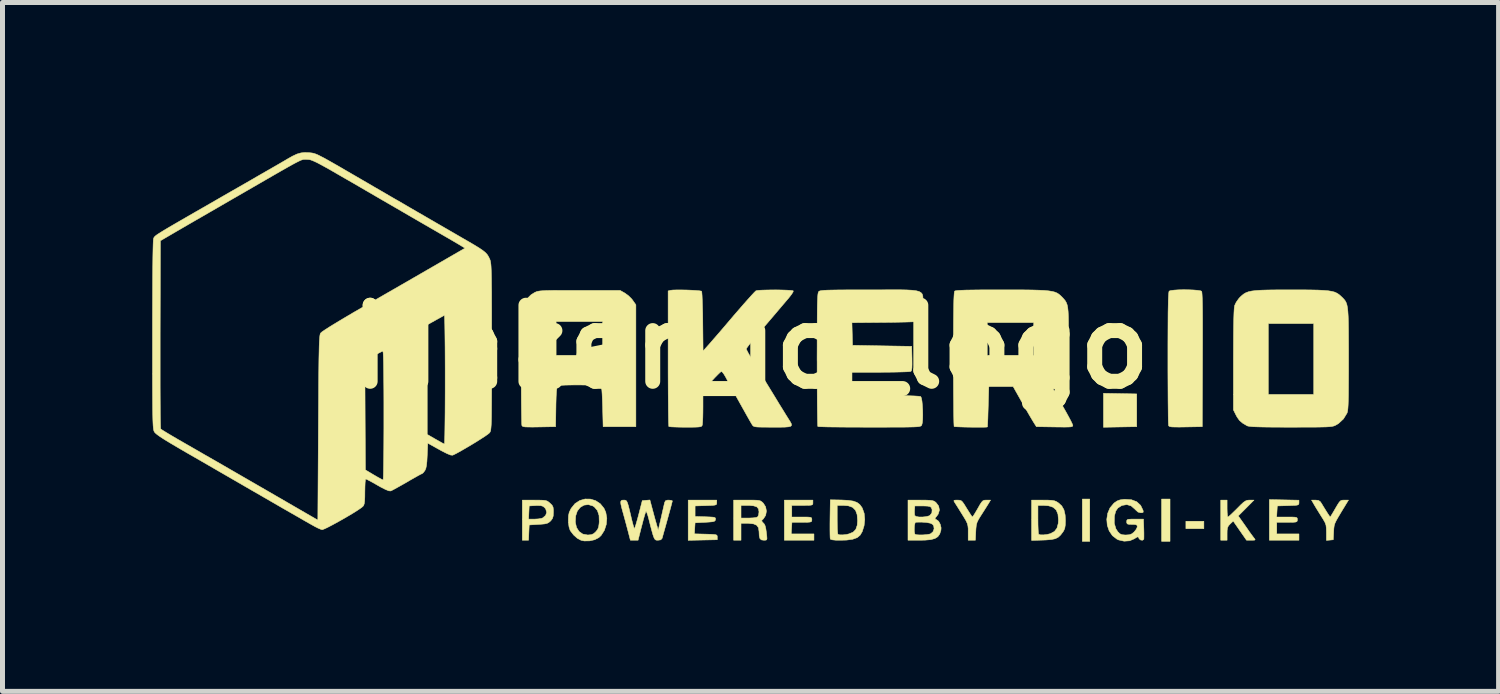
<source format=kicad_pcb>
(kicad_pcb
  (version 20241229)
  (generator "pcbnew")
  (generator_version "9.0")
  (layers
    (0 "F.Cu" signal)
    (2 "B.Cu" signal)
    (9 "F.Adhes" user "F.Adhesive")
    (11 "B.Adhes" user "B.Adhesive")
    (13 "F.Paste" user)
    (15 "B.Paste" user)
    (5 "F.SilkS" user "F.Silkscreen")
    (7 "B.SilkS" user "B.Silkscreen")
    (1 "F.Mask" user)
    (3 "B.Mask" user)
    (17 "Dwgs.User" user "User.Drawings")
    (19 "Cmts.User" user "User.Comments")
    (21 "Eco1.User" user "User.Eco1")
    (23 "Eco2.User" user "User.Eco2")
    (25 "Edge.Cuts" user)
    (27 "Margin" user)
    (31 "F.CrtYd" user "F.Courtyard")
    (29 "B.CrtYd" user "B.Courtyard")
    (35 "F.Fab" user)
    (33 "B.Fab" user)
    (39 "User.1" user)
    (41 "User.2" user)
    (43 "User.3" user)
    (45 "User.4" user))
  (footprint "Maker_io_logo"
    (layer "F.Cu")
    (at 11.985 3.899)
    (property "Reference" "Maker_io_logo" (at 0 0 0) (layer "F.SilkS") (effects (font (size 1.524 1.524) (thickness 0.3))))
    (attr through_hole)
    (fp_poly (pts (xy 6.795 3.895) (xy 6.646 3.895) (xy 6.646 3.048) (xy 6.795 3.048) (xy 6.795 3.895)) (stroke (width 0.01) (type solid)) (fill yes) (layer "F.SilkS"))
    (fp_poly (pts (xy 8.403 3.895) (xy 8.234 3.895) (xy 8.234 3.048) (xy 8.403 3.048) (xy 8.403 3.895)) (stroke (width 0.01) (type solid)) (fill yes) (layer "F.SilkS"))
    (fp_poly (pts (xy 9.081 3.641) (xy 8.721 3.641) (xy 8.721 3.493) (xy 9.081 3.493) (xy 9.081 3.641)) (stroke (width 0.01) (type solid)) (fill yes) (layer "F.SilkS"))
    (fp_poly (pts (xy 7.403 0.936) (xy 7.736 0.942) (xy 7.736 1.598) (xy 7.07 1.61) (xy 7.07 0.93) (xy 7.403 0.936)) (stroke (width 0.01) (type solid)) (fill yes) (layer "F.SilkS"))
    (fp_poly (pts (xy 1.249 3.122) (xy 1.248 3.146) (xy 1.239 3.161) (xy 1.214 3.17) (xy 1.166 3.174) (xy 1.088 3.175) (xy 1.037 3.175) (xy 0.826 3.175) (xy 0.826 3.408) (xy 1.027 3.408) (xy 1.12 3.408) (xy 1.178 3.411) (xy 1.211 3.417) (xy 1.224 3.43) (xy 1.228 3.452) (xy 1.228 3.461) (xy 1.226 3.485) (xy 1.217 3.501) (xy 1.191 3.509) (xy 1.141 3.513) (xy 1.059 3.514) (xy 1.029 3.514) (xy 0.829 3.514) (xy 0.822 3.63) (xy 0.815 3.747) (xy 1.042 3.747) (xy 1.27 3.747) (xy 1.27 3.873) (xy 0.677 3.873) (xy 0.677 3.069) (xy 1.249 3.069) (xy 1.249 3.122)) (stroke (width 0.01) (type solid)) (fill yes) (layer "F.SilkS"))
    (fp_poly (pts (xy 10.689 3.065) (xy 10.986 3.071) (xy 10.986 3.122) (xy 10.984 3.145) (xy 10.974 3.16) (xy 10.948 3.17) (xy 10.899 3.175) (xy 10.818 3.178) (xy 10.769 3.18) (xy 10.552 3.186) (xy 10.539 3.408) (xy 10.746 3.408) (xy 10.841 3.408) (xy 10.902 3.411) (xy 10.935 3.417) (xy 10.95 3.429) (xy 10.954 3.449) (xy 10.954 3.461) (xy 10.952 3.485) (xy 10.943 3.5) (xy 10.918 3.509) (xy 10.87 3.513) (xy 10.79 3.514) (xy 10.747 3.514) (xy 10.541 3.514) (xy 10.541 3.747) (xy 10.986 3.747) (xy 10.986 3.873) (xy 10.393 3.873) (xy 10.393 3.466) (xy 10.393 3.059) (xy 10.689 3.065)) (stroke (width 0.01) (type solid)) (fill yes) (layer "F.SilkS"))
    (fp_poly (pts (xy -0.677 3.121) (xy -0.679 3.145) (xy -0.688 3.16) (xy -0.714 3.169) (xy -0.762 3.175) (xy -0.841 3.178) (xy -0.894 3.18) (xy -1.111 3.186) (xy -1.111 3.397) (xy -0.904 3.403) (xy -0.809 3.407) (xy -0.748 3.411) (xy -0.716 3.418) (xy -0.702 3.431) (xy -0.702 3.45) (xy -0.702 3.456) (xy -0.708 3.478) (xy -0.725 3.493) (xy -0.759 3.502) (xy -0.819 3.508) (xy -0.91 3.514) (xy -1.111 3.524) (xy -1.118 3.635) (xy -1.124 3.745) (xy -0.895 3.751) (xy -0.795 3.754) (xy -0.729 3.758) (xy -0.691 3.764) (xy -0.673 3.775) (xy -0.667 3.793) (xy -0.667 3.81) (xy -0.667 3.863) (xy -0.958 3.869) (xy -1.249 3.875) (xy -1.249 3.069) (xy -0.677 3.069) (xy -0.677 3.121)) (stroke (width 0.01) (type solid)) (fill yes) (layer "F.SilkS"))
    (fp_poly (pts (xy 9.546 3.239) (xy 9.548 3.317) (xy 9.553 3.376) (xy 9.56 3.406) (xy 9.563 3.408) (xy 9.583 3.394) (xy 9.627 3.355) (xy 9.686 3.298) (xy 9.746 3.239) (xy 9.82 3.164) (xy 9.873 3.115) (xy 9.914 3.087) (xy 9.949 3.073) (xy 9.986 3.069) (xy 9.999 3.069) (xy 10.085 3.069) (xy 9.928 3.228) (xy 9.77 3.386) (xy 9.842 3.487) (xy 9.897 3.565) (xy 9.958 3.652) (xy 9.986 3.694) (xy 10.032 3.757) (xy 10.072 3.811) (xy 10.092 3.836) (xy 10.108 3.859) (xy 10.1 3.87) (xy 10.06 3.873) (xy 10.03 3.873) (xy 9.936 3.873) (xy 9.669 3.489) (xy 9.608 3.547) (xy 9.573 3.585) (xy 9.555 3.624) (xy 9.547 3.678) (xy 9.546 3.74) (xy 9.546 3.873) (xy 9.419 3.873) (xy 9.419 3.069) (xy 9.546 3.069) (xy 9.546 3.239)) (stroke (width 0.01) (type solid)) (fill yes) (layer "F.SilkS"))
    (fp_poly (pts (xy -4.224 3.07) (xy -4.152 3.072) (xy -4.104 3.078) (xy -4.07 3.09) (xy -4.041 3.11) (xy -4.017 3.131) (xy -3.976 3.171) (xy -3.956 3.21) (xy -3.949 3.264) (xy -3.949 3.312) (xy -3.953 3.387) (xy -3.968 3.437) (xy -3.998 3.478) (xy -4.007 3.488) (xy -4.04 3.516) (xy -4.076 3.535) (xy -4.126 3.546) (xy -4.202 3.553) (xy -4.25 3.556) (xy -4.434 3.567) (xy -4.441 3.72) (xy -4.447 3.873) (xy -4.572 3.873) (xy -4.572 3.45) (xy -4.447 3.45) (xy -4.328 3.45) (xy -4.253 3.446) (xy -4.189 3.435) (xy -4.163 3.426) (xy -4.105 3.376) (xy -4.084 3.315) (xy -4.102 3.25) (xy -4.128 3.216) (xy -4.161 3.192) (xy -4.203 3.18) (xy -4.269 3.178) (xy -4.303 3.179) (xy -4.434 3.186) (xy -4.447 3.45) (xy -4.572 3.45) (xy -4.572 3.069) (xy -4.329 3.069) (xy -4.224 3.07)) (stroke (width 0.01) (type solid)) (fill yes) (layer "F.SilkS"))
    (fp_poly (pts (xy 11.377 3.075) (xy 11.414 3.101) (xy 11.439 3.138) (xy 11.475 3.198) (xy 11.516 3.264) (xy 11.556 3.328) (xy 11.589 3.378) (xy 11.609 3.405) (xy 11.612 3.408) (xy 11.624 3.391) (xy 11.652 3.345) (xy 11.691 3.279) (xy 11.714 3.239) (xy 11.761 3.159) (xy 11.794 3.109) (xy 11.821 3.082) (xy 11.85 3.071) (xy 11.888 3.069) (xy 11.895 3.069) (xy 11.978 3.069) (xy 11.833 3.307) (xy 11.774 3.406) (xy 11.733 3.478) (xy 11.707 3.533) (xy 11.692 3.582) (xy 11.685 3.635) (xy 11.681 3.7) (xy 11.681 3.704) (xy 11.673 3.863) (xy 11.605 3.87) (xy 11.536 3.876) (xy 11.536 3.715) (xy 11.534 3.63) (xy 11.527 3.57) (xy 11.508 3.518) (xy 11.473 3.456) (xy 11.445 3.412) (xy 11.392 3.327) (xy 11.338 3.24) (xy 11.296 3.17) (xy 11.296 3.17) (xy 11.238 3.069) (xy 11.319 3.069) (xy 11.377 3.075)) (stroke (width 0.01) (type solid)) (fill yes) (layer "F.SilkS"))
    (fp_poly (pts (xy 5.962 3.07) (xy 6.034 3.074) (xy 6.084 3.082) (xy 6.123 3.097) (xy 6.161 3.12) (xy 6.162 3.121) (xy 6.233 3.184) (xy 6.278 3.263) (xy 6.302 3.367) (xy 6.308 3.477) (xy 6.305 3.568) (xy 6.295 3.631) (xy 6.275 3.68) (xy 6.26 3.704) (xy 6.211 3.769) (xy 6.162 3.814) (xy 6.103 3.843) (xy 6.024 3.859) (xy 5.917 3.868) (xy 5.862 3.87) (xy 5.63 3.877) (xy 5.63 3.175) (xy 5.757 3.175) (xy 5.757 3.457) (xy 5.758 3.563) (xy 5.761 3.652) (xy 5.765 3.718) (xy 5.77 3.751) (xy 5.771 3.754) (xy 5.806 3.765) (xy 5.866 3.766) (xy 5.937 3.758) (xy 6.004 3.742) (xy 6.009 3.74) (xy 6.088 3.697) (xy 6.139 3.63) (xy 6.164 3.535) (xy 6.168 3.467) (xy 6.158 3.351) (xy 6.123 3.267) (xy 6.06 3.212) (xy 5.966 3.182) (xy 5.86 3.175) (xy 5.757 3.175) (xy 5.63 3.175) (xy 5.63 3.069) (xy 5.858 3.069) (xy 5.962 3.07)) (stroke (width 0.01) (type solid)) (fill yes) (layer "F.SilkS"))
    (fp_poly (pts (xy 8.775 -1.144) (xy 8.873 -1.14) (xy 8.956 -1.133) (xy 9.014 -1.124) (xy 9.036 -1.114) (xy 9.041 -1.094) (xy 9.045 -1.048) (xy 9.049 -0.972) (xy 9.052 -0.866) (xy 9.054 -0.727) (xy 9.055 -0.553) (xy 9.055 -0.343) (xy 9.055 -0.095) (xy 9.054 0.193) (xy 9.054 0.256) (xy 9.049 1.598) (xy 8.718 1.604) (xy 8.591 1.606) (xy 8.5 1.605) (xy 8.439 1.603) (xy 8.402 1.597) (xy 8.382 1.587) (xy 8.374 1.576) (xy 8.372 1.549) (xy 8.369 1.484) (xy 8.367 1.384) (xy 8.366 1.252) (xy 8.364 1.093) (xy 8.363 0.911) (xy 8.362 0.708) (xy 8.361 0.489) (xy 8.361 0.258) (xy 8.361 0.225) (xy 8.361 -0.061) (xy 8.362 -0.307) (xy 8.363 -0.516) (xy 8.364 -0.689) (xy 8.367 -0.829) (xy 8.369 -0.939) (xy 8.373 -1.02) (xy 8.377 -1.076) (xy 8.382 -1.108) (xy 8.386 -1.118) (xy 8.419 -1.129) (xy 8.483 -1.137) (xy 8.57 -1.143) (xy 8.671 -1.145) (xy 8.775 -1.144)) (stroke (width 0.01) (type solid)) (fill yes) (layer "F.SilkS"))
    (fp_poly (pts (xy 4.76 3.149) (xy 4.725 3.205) (xy 4.676 3.282) (xy 4.624 3.364) (xy 4.616 3.376) (xy 4.568 3.453) (xy 4.539 3.512) (xy 4.523 3.569) (xy 4.515 3.642) (xy 4.512 3.699) (xy 4.504 3.873) (xy 4.36 3.873) (xy 4.36 3.711) (xy 4.36 3.638) (xy 4.354 3.583) (xy 4.341 3.535) (xy 4.316 3.481) (xy 4.274 3.41) (xy 4.241 3.357) (xy 4.188 3.272) (xy 4.141 3.196) (xy 4.105 3.14) (xy 4.09 3.117) (xy 4.073 3.086) (xy 4.079 3.073) (xy 4.117 3.069) (xy 4.145 3.069) (xy 4.185 3.071) (xy 4.216 3.079) (xy 4.244 3.103) (xy 4.276 3.147) (xy 4.321 3.22) (xy 4.332 3.238) (xy 4.378 3.311) (xy 4.415 3.369) (xy 4.439 3.402) (xy 4.445 3.407) (xy 4.459 3.39) (xy 4.489 3.344) (xy 4.528 3.278) (xy 4.551 3.239) (xy 4.596 3.159) (xy 4.629 3.109) (xy 4.656 3.082) (xy 4.684 3.071) (xy 4.722 3.069) (xy 4.727 3.069) (xy 4.808 3.069) (xy 4.76 3.149)) (stroke (width 0.01) (type solid)) (fill yes) (layer "F.SilkS"))
    (fp_poly (pts (xy 1.82 3.067) (xy 1.956 3.074) (xy 2.057 3.089) (xy 2.132 3.116) (xy 2.188 3.158) (xy 2.232 3.218) (xy 2.238 3.228) (xy 2.276 3.334) (xy 2.288 3.457) (xy 2.274 3.584) (xy 2.237 3.701) (xy 2.194 3.773) (xy 2.136 3.821) (xy 2.047 3.853) (xy 1.925 3.87) (xy 1.81 3.873) (xy 1.705 3.872) (xy 1.638 3.865) (xy 1.603 3.854) (xy 1.597 3.846) (xy 1.594 3.817) (xy 1.592 3.753) (xy 1.591 3.661) (xy 1.591 3.549) (xy 1.592 3.441) (xy 1.596 3.175) (xy 1.736 3.175) (xy 1.736 3.457) (xy 1.737 3.563) (xy 1.739 3.652) (xy 1.744 3.718) (xy 1.749 3.751) (xy 1.75 3.754) (xy 1.785 3.765) (xy 1.846 3.766) (xy 1.92 3.758) (xy 1.97 3.746) (xy 2.055 3.711) (xy 2.109 3.655) (xy 2.137 3.573) (xy 2.144 3.484) (xy 2.135 3.361) (xy 2.103 3.273) (xy 2.045 3.214) (xy 1.957 3.183) (xy 1.853 3.175) (xy 1.736 3.175) (xy 1.596 3.175) (xy 1.598 3.063) (xy 1.82 3.067)) (stroke (width 0.01) (type solid)) (fill yes) (layer "F.SilkS"))
    (fp_poly (pts (xy -3.206 3.049) (xy -3.102 3.081) (xy -3.009 3.143) (xy -2.936 3.233) (xy -2.9 3.313) (xy -2.879 3.432) (xy -2.89 3.556) (xy -2.928 3.674) (xy -2.991 3.774) (xy -3.04 3.821) (xy -3.123 3.863) (xy -3.227 3.886) (xy -3.333 3.887) (xy -3.395 3.874) (xy -3.47 3.834) (xy -3.544 3.768) (xy -3.605 3.689) (xy -3.615 3.672) (xy -3.636 3.608) (xy -3.648 3.519) (xy -3.648 3.512) (xy -3.51 3.512) (xy -3.486 3.618) (xy -3.435 3.698) (xy -3.36 3.75) (xy -3.261 3.768) (xy -3.261 3.768) (xy -3.191 3.762) (xy -3.142 3.741) (xy -3.101 3.704) (xy -3.065 3.66) (xy -3.044 3.611) (xy -3.034 3.542) (xy -3.031 3.505) (xy -3.035 3.376) (xy -3.068 3.277) (xy -3.129 3.206) (xy -3.162 3.185) (xy -3.25 3.159) (xy -3.336 3.17) (xy -3.411 3.214) (xy -3.47 3.288) (xy -3.503 3.386) (xy -3.503 3.386) (xy -3.51 3.512) (xy -3.648 3.512) (xy -3.65 3.471) (xy -3.647 3.383) (xy -3.633 3.317) (xy -3.603 3.252) (xy -3.592 3.233) (xy -3.515 3.138) (xy -3.42 3.077) (xy -3.315 3.047) (xy -3.206 3.049)) (stroke (width 0.01) (type solid)) (fill yes) (layer "F.SilkS"))
    (fp_poly (pts (xy 0.038 3.069) (xy 0.114 3.071) (xy 0.165 3.076) (xy 0.2 3.086) (xy 0.226 3.103) (xy 0.252 3.127) (xy 0.256 3.131) (xy 0.302 3.204) (xy 0.318 3.289) (xy 0.303 3.374) (xy 0.258 3.444) (xy 0.239 3.461) (xy 0.222 3.482) (xy 0.237 3.508) (xy 0.252 3.523) (xy 0.276 3.549) (xy 0.293 3.586) (xy 0.306 3.64) (xy 0.318 3.723) (xy 0.325 3.784) (xy 0.329 3.84) (xy 0.321 3.866) (xy 0.293 3.873) (xy 0.265 3.873) (xy 0.217 3.866) (xy 0.188 3.839) (xy 0.174 3.785) (xy 0.17 3.699) (xy 0.159 3.623) (xy 0.124 3.573) (xy 0.059 3.545) (xy -0.04 3.535) (xy -0.053 3.535) (xy -0.191 3.535) (xy -0.191 3.873) (xy -0.339 3.873) (xy -0.339 3.175) (xy -0.191 3.175) (xy -0.191 3.429) (xy -0.036 3.429) (xy 0.052 3.425) (xy 0.116 3.416) (xy 0.144 3.404) (xy 0.161 3.367) (xy 0.169 3.309) (xy 0.169 3.301) (xy 0.159 3.244) (xy 0.126 3.205) (xy 0.063 3.184) (xy -0.034 3.175) (xy -0.064 3.175) (xy -0.191 3.175) (xy -0.339 3.175) (xy -0.339 3.069) (xy -0.072 3.069) (xy 0.038 3.069)) (stroke (width 0.01) (type solid)) (fill yes) (layer "F.SilkS"))
    (fp_poly (pts (xy 3.516 3.07) (xy 3.591 3.073) (xy 3.641 3.079) (xy 3.676 3.09) (xy 3.703 3.108) (xy 3.714 3.117) (xy 3.768 3.188) (xy 3.784 3.268) (xy 3.76 3.348) (xy 3.737 3.381) (xy 3.704 3.423) (xy 3.696 3.445) (xy 3.713 3.457) (xy 3.723 3.46) (xy 3.767 3.493) (xy 3.8 3.553) (xy 3.817 3.623) (xy 3.814 3.672) (xy 3.79 3.747) (xy 3.752 3.801) (xy 3.694 3.838) (xy 3.61 3.861) (xy 3.496 3.871) (xy 3.388 3.873) (xy 3.154 3.873) (xy 3.154 3.64) (xy 3.28 3.64) (xy 3.281 3.699) (xy 3.289 3.742) (xy 3.295 3.754) (xy 3.326 3.763) (xy 3.386 3.767) (xy 3.458 3.766) (xy 3.531 3.76) (xy 3.589 3.75) (xy 3.607 3.744) (xy 3.655 3.703) (xy 3.677 3.644) (xy 3.669 3.585) (xy 3.648 3.555) (xy 3.603 3.532) (xy 3.524 3.517) (xy 3.423 3.51) (xy 3.308 3.512) (xy 3.307 3.512) (xy 3.294 3.532) (xy 3.284 3.579) (xy 3.28 3.64) (xy 3.154 3.64) (xy 3.154 3.328) (xy 3.283 3.328) (xy 3.288 3.373) (xy 3.289 3.378) (xy 3.317 3.397) (xy 3.372 3.407) (xy 3.442 3.408) (xy 3.513 3.401) (xy 3.572 3.386) (xy 3.594 3.375) (xy 3.632 3.325) (xy 3.637 3.261) (xy 3.62 3.217) (xy 3.595 3.199) (xy 3.544 3.189) (xy 3.46 3.186) (xy 3.446 3.186) (xy 3.291 3.186) (xy 3.285 3.267) (xy 3.283 3.328) (xy 3.154 3.328) (xy 3.154 3.069) (xy 3.407 3.069) (xy 3.516 3.07)) (stroke (width 0.01) (type solid)) (fill yes) (layer "F.SilkS"))
    (fp_poly (pts (xy 7.63 3.062) (xy 7.736 3.102) (xy 7.814 3.174) (xy 7.863 3.275) (xy 7.863 3.276) (xy 7.867 3.31) (xy 7.845 3.322) (xy 7.817 3.323) (xy 7.762 3.309) (xy 7.708 3.26) (xy 7.699 3.25) (xy 7.624 3.185) (xy 7.538 3.159) (xy 7.446 3.175) (xy 7.426 3.184) (xy 7.358 3.228) (xy 7.316 3.289) (xy 7.292 3.377) (xy 7.289 3.396) (xy 7.286 3.532) (xy 7.319 3.644) (xy 7.358 3.704) (xy 7.398 3.743) (xy 7.44 3.762) (xy 7.504 3.768) (xy 7.518 3.768) (xy 7.59 3.763) (xy 7.639 3.744) (xy 7.685 3.706) (xy 7.725 3.656) (xy 7.746 3.61) (xy 7.747 3.6) (xy 7.742 3.574) (xy 7.719 3.561) (xy 7.669 3.556) (xy 7.641 3.556) (xy 7.578 3.554) (xy 7.547 3.546) (xy 7.536 3.524) (xy 7.535 3.503) (xy 7.537 3.477) (xy 7.548 3.461) (xy 7.578 3.453) (xy 7.634 3.45) (xy 7.703 3.45) (xy 7.871 3.45) (xy 7.878 3.641) (xy 7.88 3.728) (xy 7.88 3.8) (xy 7.879 3.844) (xy 7.878 3.853) (xy 7.853 3.873) (xy 7.816 3.869) (xy 7.785 3.845) (xy 7.779 3.832) (xy 7.769 3.809) (xy 7.752 3.806) (xy 7.717 3.825) (xy 7.69 3.843) (xy 7.594 3.884) (xy 7.484 3.892) (xy 7.374 3.867) (xy 7.341 3.852) (xy 7.249 3.781) (xy 7.184 3.685) (xy 7.146 3.573) (xy 7.136 3.454) (xy 7.154 3.335) (xy 7.201 3.225) (xy 7.277 3.134) (xy 7.287 3.125) (xy 7.344 3.086) (xy 7.401 3.065) (xy 7.479 3.054) (xy 7.499 3.053) (xy 7.63 3.062)) (stroke (width 0.01) (type solid)) (fill yes) (layer "F.SilkS"))
    (fp_poly (pts (xy -1.969 3.243) (xy -1.942 3.344) (xy -1.913 3.45) (xy -1.888 3.537) (xy -1.886 3.545) (xy -1.849 3.672) (xy -1.79 3.418) (xy -1.767 3.316) (xy -1.746 3.225) (xy -1.73 3.155) (xy -1.721 3.117) (xy -1.704 3.083) (xy -1.664 3.07) (xy -1.638 3.069) (xy -1.59 3.074) (xy -1.567 3.084) (xy -1.566 3.086) (xy -1.572 3.11) (xy -1.587 3.168) (xy -1.61 3.254) (xy -1.639 3.359) (xy -1.672 3.479) (xy -1.707 3.605) (xy -1.743 3.732) (xy -1.772 3.836) (xy -1.799 3.865) (xy -1.853 3.873) (xy -1.88 3.873) (xy -1.902 3.866) (xy -1.92 3.849) (xy -1.937 3.815) (xy -1.956 3.761) (xy -1.979 3.679) (xy -2.009 3.565) (xy -2.034 3.465) (xy -2.055 3.385) (xy -2.075 3.327) (xy -2.09 3.297) (xy -2.095 3.295) (xy -2.106 3.321) (xy -2.124 3.38) (xy -2.148 3.464) (xy -2.174 3.565) (xy -2.182 3.593) (xy -2.253 3.873) (xy -2.407 3.873) (xy -2.455 3.688) (xy -2.485 3.575) (xy -2.519 3.449) (xy -2.55 3.336) (xy -2.553 3.326) (xy -2.582 3.22) (xy -2.598 3.148) (xy -2.601 3.103) (xy -2.59 3.079) (xy -2.564 3.07) (xy -2.541 3.069) (xy -2.516 3.07) (xy -2.497 3.076) (xy -2.48 3.092) (xy -2.465 3.125) (xy -2.448 3.18) (xy -2.427 3.263) (xy -2.399 3.38) (xy -2.387 3.434) (xy -2.365 3.521) (xy -2.346 3.59) (xy -2.332 3.632) (xy -2.326 3.641) (xy -2.317 3.621) (xy -2.299 3.568) (xy -2.276 3.489) (xy -2.249 3.391) (xy -2.241 3.36) (xy -2.169 3.08) (xy -2.092 3.073) (xy -2.016 3.067) (xy -1.969 3.243)) (stroke (width 0.01) (type solid)) (fill yes) (layer "F.SilkS"))
    (fp_poly (pts (xy -2.52 -1.079) (xy -2.449 -1.028) (xy -2.382 -0.962) (xy -2.361 -0.935) (xy -2.297 -0.843) (xy -2.297 1.598) (xy -2.953 1.598) (xy -2.963 1.2) (xy -2.968 1.056) (xy -2.973 0.949) (xy -2.978 0.873) (xy -2.986 0.823) (xy -2.995 0.795) (xy -3.006 0.783) (xy -3.036 0.776) (xy -3.102 0.771) (xy -3.195 0.766) (xy -3.309 0.764) (xy -3.437 0.762) (xy -3.442 0.762) (xy -3.592 0.763) (xy -3.705 0.765) (xy -3.784 0.769) (xy -3.836 0.776) (xy -3.864 0.785) (xy -3.87 0.79) (xy -3.88 0.822) (xy -3.888 0.894) (xy -3.894 1) (xy -3.898 1.138) (xy -3.899 1.208) (xy -3.905 1.598) (xy -4.236 1.604) (xy -4.363 1.606) (xy -4.454 1.605) (xy -4.515 1.603) (xy -4.552 1.597) (xy -4.572 1.587) (xy -4.58 1.576) (xy -4.583 1.549) (xy -4.585 1.483) (xy -4.587 1.383) (xy -4.589 1.253) (xy -4.591 1.097) (xy -4.592 0.919) (xy -4.593 0.722) (xy -4.593 0.511) (xy -4.593 0.403) (xy -4.593 0.148) (xy -4.593 -0.068) (xy -4.592 -0.248) (xy -4.59 -0.397) (xy -4.588 -0.508) (xy -3.895 -0.508) (xy -3.895 0.169) (xy -2.963 0.169) (xy -2.963 -0.508) (xy -3.895 -0.508) (xy -4.588 -0.508) (xy -4.588 -0.517) (xy -4.585 -0.612) (xy -4.582 -0.686) (xy -4.577 -0.742) (xy -4.572 -0.783) (xy -4.565 -0.814) (xy -4.561 -0.828) (xy -4.497 -0.947) (xy -4.397 -1.044) (xy -4.329 -1.087) (xy -4.306 -1.098) (xy -4.282 -1.108) (xy -4.253 -1.115) (xy -4.214 -1.121) (xy -4.161 -1.125) (xy -4.089 -1.129) (xy -3.994 -1.131) (xy -3.872 -1.132) (xy -3.719 -1.132) (xy -3.53 -1.132) (xy -3.429 -1.132) (xy -2.614 -1.132) (xy -2.52 -1.079)) (stroke (width 0.01) (type solid)) (fill yes) (layer "F.SilkS"))
    (fp_poly (pts (xy 11.043 -1.143) (xy 11.221 -1.141) (xy 11.366 -1.138) (xy 11.482 -1.132) (xy 11.574 -1.124) (xy 11.646 -1.112) (xy 11.702 -1.097) (xy 11.747 -1.076) (xy 11.786 -1.051) (xy 11.823 -1.019) (xy 11.829 -1.013) (xy 11.863 -0.981) (xy 11.89 -0.952) (xy 11.913 -0.922) (xy 11.932 -0.886) (xy 11.947 -0.841) (xy 11.958 -0.783) (xy 11.966 -0.708) (xy 11.972 -0.613) (xy 11.976 -0.493) (xy 11.978 -0.346) (xy 11.979 -0.166) (xy 11.98 0.049) (xy 11.98 0.239) (xy 11.98 0.477) (xy 11.979 0.677) (xy 11.978 0.842) (xy 11.977 0.976) (xy 11.974 1.082) (xy 11.971 1.164) (xy 11.967 1.226) (xy 11.962 1.272) (xy 11.956 1.304) (xy 11.948 1.328) (xy 11.947 1.329) (xy 11.878 1.442) (xy 11.778 1.535) (xy 11.722 1.568) (xy 11.7 1.579) (xy 11.674 1.587) (xy 11.64 1.594) (xy 11.595 1.599) (xy 11.532 1.603) (xy 11.449 1.605) (xy 11.342 1.607) (xy 11.204 1.608) (xy 11.033 1.608) (xy 10.824 1.609) (xy 10.822 1.609) (xy 10.601 1.608) (xy 10.418 1.607) (xy 10.271 1.605) (xy 10.155 1.602) (xy 10.069 1.599) (xy 10.007 1.593) (xy 9.968 1.587) (xy 9.948 1.581) (xy 9.857 1.527) (xy 9.793 1.472) (xy 9.745 1.403) (xy 9.727 1.37) (xy 9.673 1.262) (xy 9.673 0.258) (xy 9.674 -0.008) (xy 9.675 -0.233) (xy 9.677 -0.42) (xy 9.678 -0.466) (xy 10.372 -0.466) (xy 10.372 0.953) (xy 11.282 0.953) (xy 11.282 -0.466) (xy 10.372 -0.466) (xy 9.678 -0.466) (xy 9.68 -0.57) (xy 9.684 -0.685) (xy 9.689 -0.767) (xy 9.695 -0.817) (xy 9.698 -0.83) (xy 9.728 -0.893) (xy 9.777 -0.963) (xy 9.806 -0.996) (xy 9.845 -1.032) (xy 9.883 -1.062) (xy 9.925 -1.086) (xy 9.977 -1.105) (xy 10.041 -1.119) (xy 10.124 -1.129) (xy 10.229 -1.136) (xy 10.36 -1.14) (xy 10.523 -1.142) (xy 10.721 -1.143) (xy 10.827 -1.143) (xy 11.043 -1.143)) (stroke (width 0.01) (type solid)) (fill yes) (layer "F.SilkS"))
    (fp_poly (pts (xy 5.268 -1.143) (xy 5.471 -1.142) (xy 5.638 -1.14) (xy 5.776 -1.136) (xy 5.886 -1.131) (xy 5.974 -1.122) (xy 6.043 -1.111) (xy 6.097 -1.097) (xy 6.14 -1.079) (xy 6.176 -1.056) (xy 6.208 -1.029) (xy 6.234 -1.004) (xy 6.271 -0.965) (xy 6.301 -0.929) (xy 6.324 -0.89) (xy 6.342 -0.843) (xy 6.354 -0.784) (xy 6.362 -0.707) (xy 6.367 -0.607) (xy 6.369 -0.48) (xy 6.368 -0.32) (xy 6.367 -0.124) (xy 6.361 0.525) (xy 6.294 0.617) (xy 6.237 0.68) (xy 6.17 0.735) (xy 6.142 0.751) (xy 6.09 0.782) (xy 6.058 0.811) (xy 6.055 0.82) (xy 6.065 0.846) (xy 6.093 0.902) (xy 6.136 0.982) (xy 6.191 1.08) (xy 6.254 1.189) (xy 6.255 1.19) (xy 6.318 1.301) (xy 6.373 1.401) (xy 6.417 1.484) (xy 6.445 1.543) (xy 6.456 1.572) (xy 6.453 1.586) (xy 6.441 1.595) (xy 6.413 1.602) (xy 6.364 1.605) (xy 6.288 1.606) (xy 6.179 1.605) (xy 6.091 1.604) (xy 5.726 1.598) (xy 5.666 1.503) (xy 5.635 1.451) (xy 5.588 1.372) (xy 5.531 1.273) (xy 5.469 1.164) (xy 5.433 1.101) (xy 5.26 0.794) (xy 4.773 0.794) (xy 4.761 1.196) (xy 4.757 1.322) (xy 4.754 1.432) (xy 4.75 1.52) (xy 4.747 1.579) (xy 4.746 1.603) (xy 4.745 1.603) (xy 4.723 1.607) (xy 4.667 1.609) (xy 4.586 1.609) (xy 4.49 1.609) (xy 4.387 1.608) (xy 4.286 1.606) (xy 4.196 1.603) (xy 4.126 1.6) (xy 4.085 1.597) (xy 4.078 1.595) (xy 4.076 1.571) (xy 4.073 1.51) (xy 4.071 1.413) (xy 4.069 1.284) (xy 4.068 1.128) (xy 4.066 0.948) (xy 4.065 0.746) (xy 4.064 0.528) (xy 4.064 0.297) (xy 4.064 0.244) (xy 4.064 -0.044) (xy 4.065 -0.292) (xy 4.066 -0.487) (xy 4.741 -0.487) (xy 4.741 0.169) (xy 5.673 0.169) (xy 5.673 -0.487) (xy 4.741 -0.487) (xy 4.066 -0.487) (xy 4.066 -0.503) (xy 4.068 -0.678) (xy 4.07 -0.82) (xy 4.072 -0.932) (xy 4.076 -1.015) (xy 4.08 -1.073) (xy 4.085 -1.106) (xy 4.089 -1.118) (xy 4.107 -1.124) (xy 4.149 -1.13) (xy 4.217 -1.134) (xy 4.314 -1.138) (xy 4.442 -1.14) (xy 4.605 -1.142) (xy 4.805 -1.143) (xy 5.027 -1.143) (xy 5.268 -1.143)) (stroke (width 0.01) (type solid)) (fill yes) (layer "F.SilkS"))
    (fp_poly (pts (xy 2.995 -1.144) (xy 3.129 -1.141) (xy 3.236 -1.135) (xy 3.316 -1.125) (xy 3.375 -1.11) (xy 3.414 -1.088) (xy 3.439 -1.059) (xy 3.451 -1.02) (xy 3.454 -0.972) (xy 3.452 -0.914) (xy 3.448 -0.843) (xy 3.447 -0.794) (xy 3.443 -0.692) (xy 3.437 -0.606) (xy 3.43 -0.544) (xy 3.422 -0.515) (xy 3.422 -0.515) (xy 3.397 -0.511) (xy 3.335 -0.506) (xy 3.241 -0.502) (xy 3.121 -0.498) (xy 2.978 -0.495) (xy 2.819 -0.492) (xy 2.717 -0.491) (xy 2.031 -0.485) (xy 2.037 -0.258) (xy 2.043 -0.032) (xy 2.635 -0.021) (xy 3.228 -0.011) (xy 3.234 0.231) (xy 3.235 0.346) (xy 3.233 0.423) (xy 3.225 0.47) (xy 3.213 0.49) (xy 3.185 0.495) (xy 3.121 0.499) (xy 3.026 0.502) (xy 2.906 0.505) (xy 2.767 0.507) (xy 2.614 0.508) (xy 2.609 0.508) (xy 2.032 0.508) (xy 2.032 0.974) (xy 2.704 0.974) (xy 2.88 0.975) (xy 3.038 0.977) (xy 3.174 0.979) (xy 3.284 0.983) (xy 3.361 0.988) (xy 3.403 0.993) (xy 3.408 0.994) (xy 3.422 1.023) (xy 3.434 1.085) (xy 3.442 1.168) (xy 3.448 1.264) (xy 3.45 1.361) (xy 3.448 1.451) (xy 3.441 1.522) (xy 3.43 1.564) (xy 3.424 1.575) (xy 3.415 1.583) (xy 3.399 1.59) (xy 3.373 1.596) (xy 3.334 1.6) (xy 3.277 1.603) (xy 3.199 1.605) (xy 3.097 1.607) (xy 2.967 1.608) (xy 2.805 1.608) (xy 2.607 1.609) (xy 2.384 1.609) (xy 2.18 1.608) (xy 1.989 1.608) (xy 1.815 1.606) (xy 1.662 1.605) (xy 1.535 1.603) (xy 1.438 1.6) (xy 1.374 1.598) (xy 1.348 1.595) (xy 1.348 1.595) (xy 1.345 1.571) (xy 1.343 1.51) (xy 1.341 1.413) (xy 1.339 1.284) (xy 1.337 1.128) (xy 1.336 0.948) (xy 1.335 0.747) (xy 1.334 0.529) (xy 1.334 0.298) (xy 1.333 0.252) (xy 1.334 -0.021) (xy 1.334 -0.254) (xy 1.335 -0.451) (xy 1.336 -0.616) (xy 1.337 -0.75) (xy 1.339 -0.857) (xy 1.342 -0.941) (xy 1.345 -1.003) (xy 1.349 -1.049) (xy 1.354 -1.079) (xy 1.36 -1.098) (xy 1.366 -1.109) (xy 1.367 -1.11) (xy 1.379 -1.118) (xy 1.399 -1.124) (xy 1.432 -1.129) (xy 1.482 -1.134) (xy 1.55 -1.137) (xy 1.643 -1.139) (xy 1.762 -1.141) (xy 1.911 -1.142) (xy 2.095 -1.143) (xy 2.317 -1.143) (xy 2.383 -1.143) (xy 2.625 -1.143) (xy 2.827 -1.144) (xy 2.995 -1.144)) (stroke (width 0.01) (type solid)) (fill yes) (layer "F.SilkS"))
    (fp_poly (pts (xy 0.617 -1.14) (xy 0.714 -1.137) (xy 0.792 -1.133) (xy 0.843 -1.127) (xy 0.857 -1.121) (xy 0.85 -1.098) (xy 0.821 -1.052) (xy 0.775 -0.993) (xy 0.765 -0.98) (xy 0.701 -0.905) (xy 0.614 -0.803) (xy 0.511 -0.681) (xy 0.395 -0.545) (xy 0.272 -0.401) (xy 0.148 -0.255) (xy 0.079 -0.174) (xy 0.015 -0.098) (xy -0.037 -0.031) (xy -0.072 0.017) (xy -0.085 0.041) (xy -0.074 0.068) (xy -0.046 0.122) (xy -0.004 0.195) (xy 0.035 0.26) (xy 0.081 0.336) (xy 0.145 0.44) (xy 0.22 0.564) (xy 0.302 0.698) (xy 0.386 0.835) (xy 0.419 0.889) (xy 0.498 1.018) (xy 0.573 1.142) (xy 0.642 1.253) (xy 0.699 1.346) (xy 0.74 1.412) (xy 0.754 1.434) (xy 0.792 1.494) (xy 0.816 1.538) (xy 0.822 1.569) (xy 0.805 1.59) (xy 0.762 1.601) (xy 0.689 1.607) (xy 0.582 1.609) (xy 0.445 1.609) (xy 0.309 1.608) (xy 0.21 1.607) (xy 0.14 1.605) (xy 0.094 1.6) (xy 0.066 1.592) (xy 0.048 1.58) (xy 0.036 1.564) (xy 0.034 1.561) (xy 0.012 1.525) (xy -0.026 1.459) (xy -0.077 1.369) (xy -0.137 1.262) (xy -0.203 1.144) (xy -0.271 1.022) (xy -0.337 0.903) (xy -0.397 0.794) (xy -0.448 0.7) (xy -0.486 0.629) (xy -0.497 0.608) (xy -0.533 0.547) (xy -0.565 0.505) (xy -0.585 0.492) (xy -0.608 0.509) (xy -0.652 0.551) (xy -0.712 0.612) (xy -0.781 0.686) (xy -0.953 0.875) (xy -0.953 1.194) (xy -0.954 1.31) (xy -0.956 1.413) (xy -0.96 1.496) (xy -0.964 1.549) (xy -0.966 1.561) (xy -0.972 1.579) (xy -0.984 1.592) (xy -1.008 1.6) (xy -1.051 1.605) (xy -1.119 1.608) (xy -1.219 1.609) (xy -1.301 1.609) (xy -1.413 1.608) (xy -1.511 1.605) (xy -1.585 1.602) (xy -1.629 1.597) (xy -1.637 1.595) (xy -1.639 1.571) (xy -1.642 1.51) (xy -1.644 1.413) (xy -1.646 1.284) (xy -1.647 1.128) (xy -1.649 0.947) (xy -1.65 0.745) (xy -1.651 0.527) (xy -1.651 0.294) (xy -1.651 0.23) (xy -1.651 -1.121) (xy -1.6 -1.134) (xy -1.557 -1.139) (xy -1.486 -1.141) (xy -1.395 -1.141) (xy -1.295 -1.14) (xy -1.194 -1.136) (xy -1.104 -1.131) (xy -1.032 -1.125) (xy -0.988 -1.118) (xy -0.981 -1.115) (xy -0.976 -1.09) (xy -0.971 -1.028) (xy -0.967 -0.935) (xy -0.963 -0.817) (xy -0.959 -0.678) (xy -0.957 -0.525) (xy -0.957 -0.507) (xy -0.951 0.083) (xy -0.851 -0.029) (xy -0.811 -0.074) (xy -0.749 -0.146) (xy -0.668 -0.239) (xy -0.573 -0.349) (xy -0.469 -0.471) (xy -0.361 -0.598) (xy -0.341 -0.622) (xy -0.235 -0.744) (xy -0.138 -0.856) (xy -0.051 -0.954) (xy 0.021 -1.034) (xy 0.074 -1.091) (xy 0.105 -1.121) (xy 0.109 -1.124) (xy 0.143 -1.131) (xy 0.208 -1.136) (xy 0.296 -1.139) (xy 0.4 -1.141) (xy 0.509 -1.142) (xy 0.617 -1.14)) (stroke (width 0.01) (type solid)) (fill yes) (layer "F.SilkS"))
    (fp_poly (pts (xy -8.836 -3.89) (xy -8.826 -3.889) (xy -8.798 -3.886) (xy -8.771 -3.882) (xy -8.743 -3.875) (xy -8.71 -3.864) (xy -8.669 -3.847) (xy -8.618 -3.821) (xy -8.551 -3.787) (xy -8.468 -3.741) (xy -8.364 -3.682) (xy -8.236 -3.609) (xy -8.082 -3.519) (xy -7.897 -3.412) (xy -7.68 -3.286) (xy -7.652 -3.27) (xy -7.521 -3.193) (xy -7.377 -3.11) (xy -7.235 -3.027) (xy -7.109 -2.954) (xy -7.07 -2.932) (xy -6.968 -2.873) (xy -6.84 -2.798) (xy -6.697 -2.715) (xy -6.549 -2.63) (xy -6.407 -2.547) (xy -6.392 -2.539) (xy -6.248 -2.455) (xy -6.092 -2.365) (xy -5.938 -2.276) (xy -5.795 -2.193) (xy -5.678 -2.125) (xy -5.673 -2.123) (xy -5.542 -2.046) (xy -5.442 -1.985) (xy -5.369 -1.936) (xy -5.316 -1.894) (xy -5.278 -1.854) (xy -5.251 -1.812) (xy -5.227 -1.764) (xy -5.226 -1.76) (xy -5.218 -1.742) (xy -5.212 -1.721) (xy -5.207 -1.693) (xy -5.202 -1.658) (xy -5.198 -1.61) (xy -5.195 -1.548) (xy -5.192 -1.469) (xy -5.19 -1.369) (xy -5.189 -1.246) (xy -5.187 -1.097) (xy -5.187 -0.919) (xy -5.186 -0.709) (xy -5.186 -0.464) (xy -5.186 -0.181) (xy -5.186 -0.001) (xy -5.186 0.304) (xy -5.186 0.569) (xy -5.186 0.798) (xy -5.187 0.993) (xy -5.188 1.157) (xy -5.189 1.293) (xy -5.19 1.403) (xy -5.192 1.491) (xy -5.195 1.56) (xy -5.199 1.612) (xy -5.203 1.65) (xy -5.207 1.677) (xy -5.213 1.695) (xy -5.22 1.709) (xy -5.228 1.72) (xy -5.228 1.721) (xy -5.258 1.746) (xy -5.317 1.788) (xy -5.399 1.841) (xy -5.495 1.902) (xy -5.599 1.965) (xy -5.704 2.027) (xy -5.801 2.083) (xy -5.884 2.129) (xy -5.945 2.16) (xy -5.969 2.17) (xy -6.009 2.166) (xy -6.079 2.138) (xy -6.182 2.086) (xy -6.238 2.055) (xy -6.466 1.928) (xy -6.477 2.176) (xy -6.483 2.293) (xy -6.492 2.375) (xy -6.504 2.433) (xy -6.521 2.473) (xy -6.527 2.482) (xy -6.558 2.522) (xy -6.581 2.54) (xy -6.582 2.54) (xy -6.605 2.55) (xy -6.657 2.578) (xy -6.733 2.621) (xy -6.825 2.673) (xy -6.882 2.707) (xy -6.984 2.765) (xy -7.075 2.816) (xy -7.148 2.856) (xy -7.196 2.881) (xy -7.209 2.886) (xy -7.247 2.883) (xy -7.312 2.857) (xy -7.408 2.808) (xy -7.47 2.773) (xy -7.557 2.723) (xy -7.631 2.683) (xy -7.684 2.656) (xy -7.708 2.646) (xy -7.715 2.666) (xy -7.721 2.72) (xy -7.724 2.799) (xy -7.726 2.897) (xy -7.726 2.897) (xy -7.727 3.01) (xy -7.731 3.088) (xy -7.738 3.14) (xy -7.75 3.174) (xy -7.763 3.193) (xy -7.796 3.221) (xy -7.859 3.264) (xy -7.943 3.318) (xy -8.043 3.378) (xy -8.151 3.441) (xy -8.261 3.503) (xy -8.365 3.56) (xy -8.457 3.608) (xy -8.529 3.643) (xy -8.574 3.66) (xy -8.583 3.662) (xy -8.614 3.652) (xy -8.67 3.628) (xy -8.723 3.601) (xy -8.764 3.578) (xy -8.837 3.537) (xy -8.939 3.479) (xy -9.065 3.406) (xy -9.212 3.322) (xy -9.376 3.228) (xy -9.552 3.126) (xy -9.736 3.02) (xy -9.768 3.001) (xy -9.977 2.881) (xy -10.196 2.754) (xy -10.419 2.625) (xy -10.639 2.498) (xy -10.848 2.377) (xy -11.04 2.266) (xy -11.207 2.17) (xy -11.301 2.116) (xy -11.481 2.011) (xy -11.628 1.924) (xy -11.743 1.854) (xy -11.829 1.798) (xy -11.889 1.755) (xy -11.926 1.723) (xy -11.941 1.705) (xy -11.948 1.692) (xy -11.954 1.676) (xy -11.959 1.654) (xy -11.963 1.623) (xy -11.967 1.581) (xy -11.97 1.525) (xy -11.973 1.452) (xy -11.975 1.359) (xy -11.977 1.245) (xy -11.978 1.106) (xy -11.979 0.939) (xy -11.98 0.742) (xy -11.98 0.512) (xy -11.98 0.291) (xy -11.827 0.291) (xy -11.827 0.542) (xy -11.827 0.775) (xy -11.826 0.987) (xy -11.825 1.174) (xy -11.824 1.335) (xy -11.822 1.465) (xy -11.82 1.561) (xy -11.818 1.621) (xy -11.816 1.642) (xy -11.794 1.659) (xy -11.74 1.693) (xy -11.661 1.741) (xy -11.563 1.799) (xy -11.452 1.864) (xy -11.43 1.876) (xy -11.295 1.954) (xy -11.126 2.051) (xy -10.925 2.167) (xy -10.694 2.299) (xy -10.436 2.448) (xy -10.154 2.611) (xy -9.849 2.787) (xy -9.524 2.975) (xy -9.182 3.173) (xy -8.89 3.342) (xy -8.668 3.47) (xy -8.657 1.623) (xy -8.655 1.299) (xy -8.653 1.014) (xy -8.652 0.766) (xy -8.65 0.553) (xy -8.648 0.372) (xy -8.647 0.284) (xy -7.726 0.284) (xy -7.721 1.374) (xy -7.715 2.464) (xy -7.546 2.565) (xy -7.47 2.609) (xy -7.408 2.643) (xy -7.369 2.663) (xy -7.361 2.666) (xy -7.358 2.646) (xy -7.355 2.587) (xy -7.353 2.492) (xy -7.351 2.367) (xy -7.349 2.213) (xy -7.347 2.036) (xy -7.346 1.837) (xy -7.345 1.622) (xy -7.345 1.393) (xy -7.345 1.376) (xy -7.345 1.105) (xy -7.346 0.862) (xy -7.348 0.648) (xy -7.35 0.465) (xy -7.352 0.316) (xy -7.355 0.202) (xy -7.359 0.125) (xy -7.363 0.088) (xy -7.365 0.085) (xy -7.391 0.095) (xy -7.444 0.122) (xy -7.515 0.161) (xy -7.555 0.184) (xy -7.726 0.284) (xy -8.647 0.284) (xy -8.646 0.219) (xy -8.643 0.093) (xy -8.641 -0.009) (xy -8.638 -0.09) (xy -8.634 -0.153) (xy -8.63 -0.2) (xy -8.626 -0.233) (xy -8.621 -0.256) (xy -8.615 -0.272) (xy -8.612 -0.277) (xy -8.585 -0.301) (xy -8.522 -0.344) (xy -8.427 -0.405) (xy -8.367 -0.442) (xy -6.477 -0.442) (xy -6.477 1.753) (xy -6.313 1.848) (xy -6.238 1.89) (xy -6.178 1.924) (xy -6.14 1.943) (xy -6.133 1.945) (xy -6.13 1.925) (xy -6.128 1.866) (xy -6.125 1.772) (xy -6.123 1.647) (xy -6.121 1.493) (xy -6.119 1.316) (xy -6.118 1.118) (xy -6.117 0.902) (xy -6.117 0.674) (xy -6.117 0.654) (xy -6.117 0.425) (xy -6.118 0.209) (xy -6.119 0.01) (xy -6.121 -0.169) (xy -6.123 -0.324) (xy -6.125 -0.451) (xy -6.128 -0.547) (xy -6.13 -0.609) (xy -6.133 -0.631) (xy -6.134 -0.631) (xy -6.158 -0.619) (xy -6.21 -0.59) (xy -6.281 -0.551) (xy -6.313 -0.533) (xy -6.477 -0.442) (xy -8.367 -0.442) (xy -8.301 -0.482) (xy -8.146 -0.575) (xy -7.964 -0.683) (xy -7.756 -0.803) (xy -7.691 -0.841) (xy -7.335 -1.046) (xy -7.013 -1.231) (xy -6.727 -1.396) (xy -6.476 -1.541) (xy -6.261 -1.665) (xy -6.081 -1.769) (xy -5.938 -1.852) (xy -5.83 -1.914) (xy -5.759 -1.955) (xy -5.724 -1.975) (xy -5.721 -1.978) (xy -5.737 -1.989) (xy -5.785 -2.018) (xy -5.86 -2.063) (xy -5.957 -2.12) (xy -6.072 -2.187) (xy -6.176 -2.247) (xy -6.283 -2.309) (xy -6.422 -2.389) (xy -6.586 -2.484) (xy -6.771 -2.591) (xy -6.972 -2.708) (xy -7.182 -2.83) (xy -7.397 -2.954) (xy -7.611 -3.079) (xy -7.705 -3.133) (xy -7.929 -3.264) (xy -8.121 -3.374) (xy -8.282 -3.467) (xy -8.415 -3.544) (xy -8.524 -3.605) (xy -8.612 -3.653) (xy -8.682 -3.69) (xy -8.737 -3.716) (xy -8.78 -3.734) (xy -8.813 -3.746) (xy -8.841 -3.752) (xy -8.867 -3.754) (xy -8.89 -3.755) (xy -8.912 -3.755) (xy -8.93 -3.756) (xy -8.948 -3.756) (xy -8.967 -3.752) (xy -8.992 -3.745) (xy -9.024 -3.732) (xy -9.067 -3.711) (xy -9.122 -3.683) (xy -9.194 -3.644) (xy -9.283 -3.594) (xy -9.394 -3.531) (xy -9.528 -3.454) (xy -9.689 -3.361) (xy -9.879 -3.251) (xy -10.101 -3.123) (xy -10.298 -3.009) (xy -10.406 -2.947) (xy -10.539 -2.87) (xy -10.686 -2.785) (xy -10.835 -2.699) (xy -10.964 -2.624) (xy -11.1 -2.546) (xy -11.24 -2.465) (xy -11.376 -2.386) (xy -11.495 -2.317) (xy -11.589 -2.262) (xy -11.589 -2.262) (xy -11.822 -2.126) (xy -11.827 -0.254) (xy -11.827 0.025) (xy -11.827 0.291) (xy -11.98 0.291) (xy -11.98 0.246) (xy -11.98 -0.057) (xy -11.98 -0.237) (xy -11.98 -0.566) (xy -11.979 -0.87) (xy -11.978 -1.147) (xy -11.977 -1.395) (xy -11.975 -1.612) (xy -11.973 -1.796) (xy -11.97 -1.945) (xy -11.967 -2.058) (xy -11.964 -2.132) (xy -11.96 -2.166) (xy -11.96 -2.167) (xy -11.955 -2.18) (xy -11.95 -2.192) (xy -11.941 -2.204) (xy -11.926 -2.219) (xy -11.903 -2.238) (xy -11.868 -2.262) (xy -11.82 -2.292) (xy -11.756 -2.332) (xy -11.674 -2.381) (xy -11.57 -2.442) (xy -11.442 -2.516) (xy -11.288 -2.605) (xy -11.106 -2.71) (xy -10.891 -2.833) (xy -10.643 -2.976) (xy -10.626 -2.986) (xy -10.417 -3.106) (xy -10.214 -3.222) (xy -10.021 -3.333) (xy -9.842 -3.437) (xy -9.68 -3.53) (xy -9.539 -3.611) (xy -9.423 -3.678) (xy -9.337 -3.728) (xy -9.283 -3.76) (xy -9.282 -3.761) (xy -9.172 -3.823) (xy -9.084 -3.864) (xy -9.006 -3.886) (xy -8.928 -3.894) (xy -8.836 -3.89)) (stroke (width 0.01) (type solid)) (fill yes) (layer "F.SilkS")))
  (gr_rect
    (start -3 -3)
    (end 26.97 10.799)
    (stroke (width 0.1) (type default))
    (fill no)
    (layer "Edge.Cuts")))
</source>
